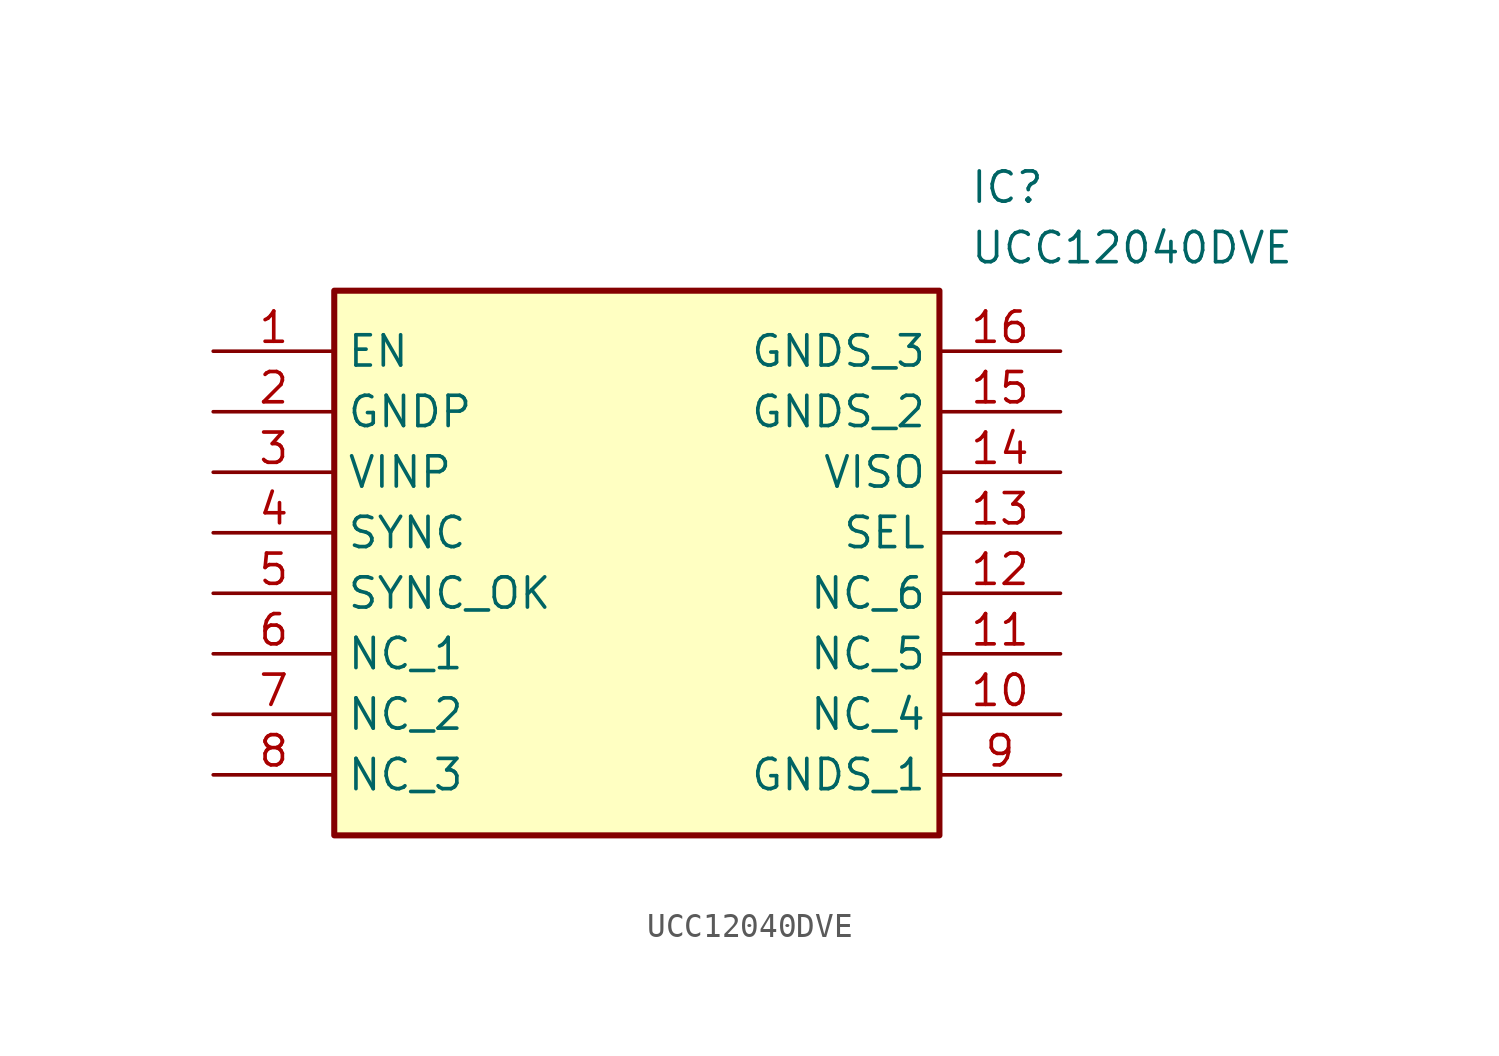
<source format=kicad_sym>
(kicad_symbol_lib
  (version 20211014)
  (generator SamacSys_ECAD_Model)
  (symbol "UCC12040DVE"
    (property "Reference" "IC"
      (at 31.75 7.62 0)
      (effects (font (size 1.27 1.27)) (justify left top)))
    (property "Value" "UCC12040DVE"
      (at 31.75 5.08 0)
      (effects (font (size 1.27 1.27)) (justify left top)))
    (rectangle
      (start 5.08 2.54)
      (end 30.48 -20.32)
      (stroke (width 0.254) (type default))
      (fill (type background)))
    (pin passive line
      (at 0 0 0)
      (length 5.08)
      (name "EN" (effects (font (size 1.27 1.27))))
      (number "1" (effects (font (size 1.27 1.27)))))
    (pin passive line
      (at 0 -2.54 0)
      (length 5.08)
      (name "GNDP" (effects (font (size 1.27 1.27))))
      (number "2" (effects (font (size 1.27 1.27)))))
    (pin passive line
      (at 0 -5.08 0)
      (length 5.08)
      (name "VINP" (effects (font (size 1.27 1.27))))
      (number "3" (effects (font (size 1.27 1.27)))))
    (pin passive line
      (at 0 -7.62 0)
      (length 5.08)
      (name "SYNC" (effects (font (size 1.27 1.27))))
      (number "4" (effects (font (size 1.27 1.27)))))
    (pin passive line
      (at 0 -10.16 0)
      (length 5.08)
      (name "SYNC_OK" (effects (font (size 1.27 1.27))))
      (number "5" (effects (font (size 1.27 1.27)))))
    (pin passive line
      (at 0 -12.7 0)
      (length 5.08)
      (name "NC_1" (effects (font (size 1.27 1.27))))
      (number "6" (effects (font (size 1.27 1.27)))))
    (pin passive line
      (at 0 -15.24 0)
      (length 5.08)
      (name "NC_2" (effects (font (size 1.27 1.27))))
      (number "7" (effects (font (size 1.27 1.27)))))
    (pin passive line
      (at 0 -17.78 0)
      (length 5.08)
      (name "NC_3" (effects (font (size 1.27 1.27))))
      (number "8" (effects (font (size 1.27 1.27)))))
    (pin passive line
      (at 35.56 0 180)
      (length 5.08)
      (name "GNDS_3" (effects (font (size 1.27 1.27))))
      (number "16" (effects (font (size 1.27 1.27)))))
    (pin passive line
      (at 35.56 -2.54 180)
      (length 5.08)
      (name "GNDS_2" (effects (font (size 1.27 1.27))))
      (number "15" (effects (font (size 1.27 1.27)))))
    (pin passive line
      (at 35.56 -5.08 180)
      (length 5.08)
      (name "VISO" (effects (font (size 1.27 1.27))))
      (number "14" (effects (font (size 1.27 1.27)))))
    (pin passive line
      (at 35.56 -7.62 180)
      (length 5.08)
      (name "SEL" (effects (font (size 1.27 1.27))))
      (number "13" (effects (font (size 1.27 1.27)))))
    (pin passive line
      (at 35.56 -10.16 180)
      (length 5.08)
      (name "NC_6" (effects (font (size 1.27 1.27))))
      (number "12" (effects (font (size 1.27 1.27)))))
    (pin passive line
      (at 35.56 -12.7 180)
      (length 5.08)
      (name "NC_5" (effects (font (size 1.27 1.27))))
      (number "11" (effects (font (size 1.27 1.27)))))
    (pin passive line
      (at 35.56 -15.24 180)
      (length 5.08)
      (name "NC_4" (effects (font (size 1.27 1.27))))
      (number "10" (effects (font (size 1.27 1.27)))))
    (pin passive line
      (at 35.56 -17.78 180)
      (length 5.08)
      (name "GNDS_1" (effects (font (size 1.27 1.27))))
      (number "9" (effects (font (size 1.27 1.27)))))))
</source>
